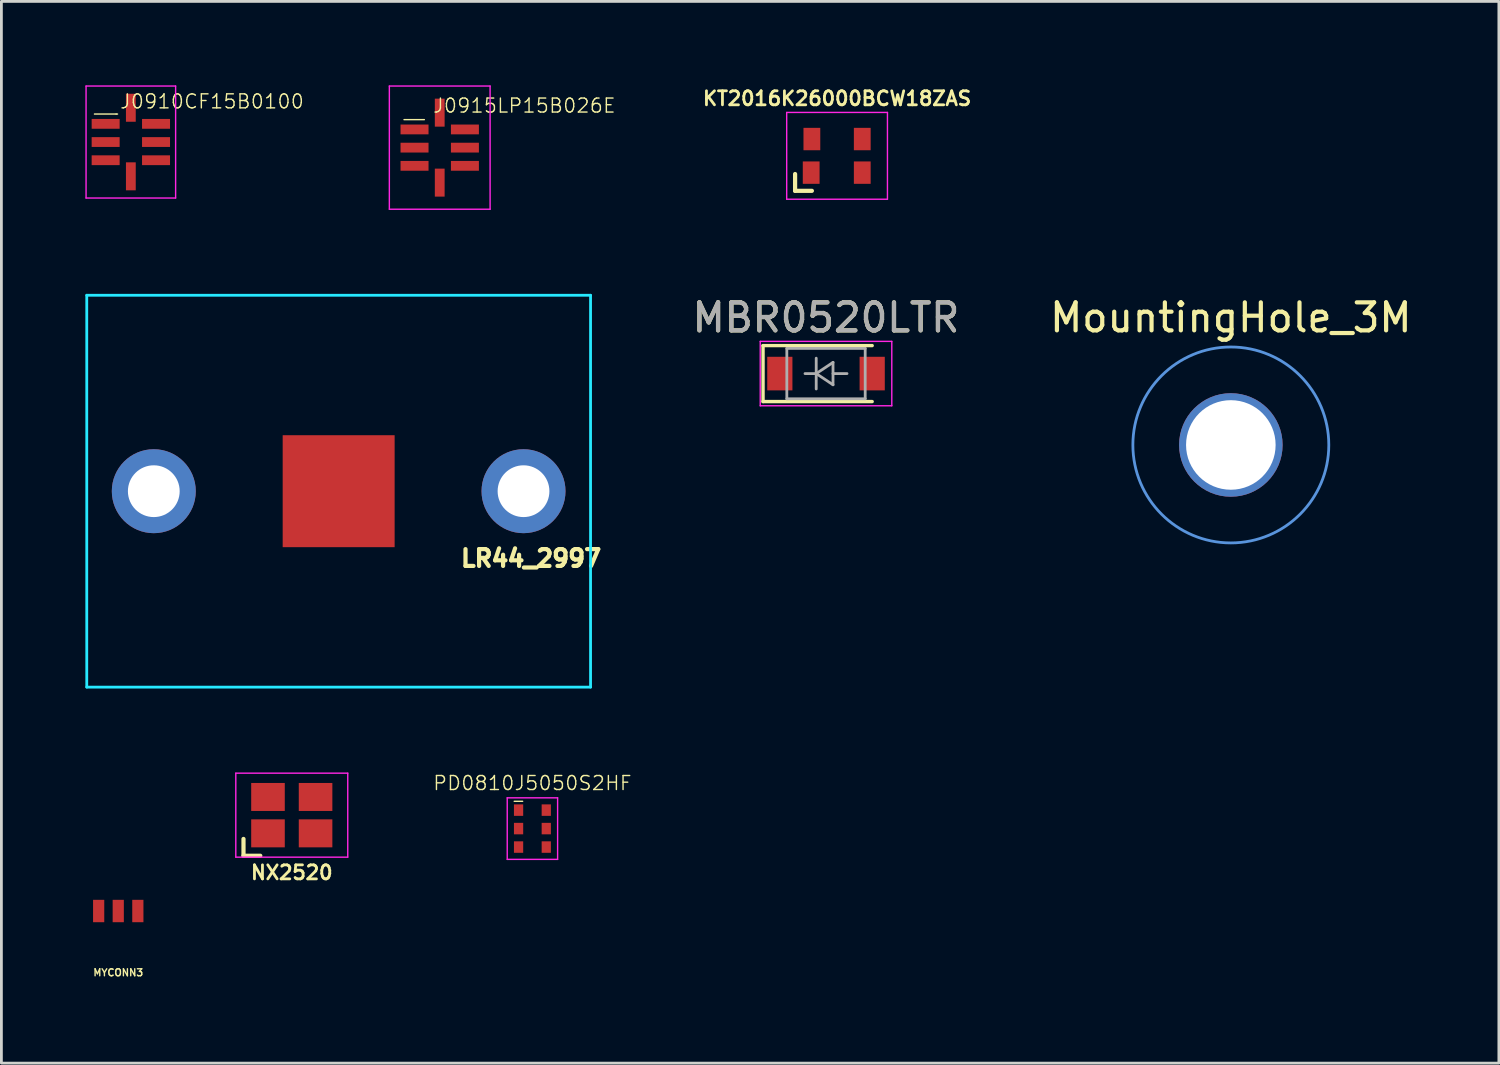
<source format=kicad_pcb>
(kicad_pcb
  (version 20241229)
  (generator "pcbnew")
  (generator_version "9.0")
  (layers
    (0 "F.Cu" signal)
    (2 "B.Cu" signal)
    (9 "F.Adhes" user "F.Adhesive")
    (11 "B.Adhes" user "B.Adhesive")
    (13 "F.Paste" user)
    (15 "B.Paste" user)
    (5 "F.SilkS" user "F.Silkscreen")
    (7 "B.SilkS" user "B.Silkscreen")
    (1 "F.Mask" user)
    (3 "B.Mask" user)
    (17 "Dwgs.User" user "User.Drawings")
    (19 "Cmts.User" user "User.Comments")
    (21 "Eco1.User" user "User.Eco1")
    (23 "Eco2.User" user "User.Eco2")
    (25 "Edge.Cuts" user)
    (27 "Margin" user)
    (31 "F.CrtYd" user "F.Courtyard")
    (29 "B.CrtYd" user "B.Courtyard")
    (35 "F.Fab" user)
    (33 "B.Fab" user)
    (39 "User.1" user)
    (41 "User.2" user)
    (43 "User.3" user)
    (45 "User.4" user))
  (footprint "LR44_2997"
    (layer "F.Cu")
    (at 9.05 14.5)
    (property "Reference" "LR44_2997" (at 6.875 2.4 0) (layer "F.SilkS") (effects (font (size 0.6 0.6) (thickness 0.15))))
    (attr through_hole)
    (fp_line (start -9 -7) (end -9 7) (stroke (width 0.1) (type solid)) (layer "B.CrtYd"))
    (fp_line (start -9 7) (end 9 7) (stroke (width 0.1) (type solid)) (layer "B.CrtYd"))
    (fp_line (start 9 -7) (end -9 -7) (stroke (width 0.1) (type solid)) (layer "B.CrtYd"))
    (fp_line (start 9 7) (end 9 -7) (stroke (width 0.1) (type solid)) (layer "B.CrtYd"))
    (pad "1" thru_hole circle (at -6.605 0) (size 3 3) (drill 1.85) (layers "*.Cu" "*.Mask"))
    (pad "2" smd rect (at 0 0) (size 4 4) (layers "F.Cu" "F.Mask" "F.Paste"))
    (pad "3" thru_hole circle (at 6.605 0) (size 3 3) (drill 1.85) (layers "*.Cu" "*.Mask")))
  (footprint "J0915LP15B026E"
    (layer "F.Cu")
    (at 12.661 2.225)
    (property "Reference" "J0915LP15B026E" (at 3.025 -1.5 0) (layer "F.SilkS") (effects (font (size 0.5 0.5) (thickness 0.05))))
    (attr through_hole)
    (fp_line (start -1.275 -1) (end -0.55 -1) (stroke (width 0.05) (type solid)) (layer "F.SilkS"))
    (fp_line (start -1.8 -2.2) (end -1.8 2.2) (stroke (width 0.05) (type solid)) (layer "F.CrtYd"))
    (fp_line (start -1.8 2.2) (end 1.8 2.2) (stroke (width 0.05) (type solid)) (layer "F.CrtYd"))
    (fp_line (start 1.8 -2.2) (end -1.8 -2.2) (stroke (width 0.05) (type solid)) (layer "F.CrtYd"))
    (fp_line (start 1.8 2.2) (end 1.8 -2.2) (stroke (width 0.05) (type solid)) (layer "F.CrtYd"))
    (pad "1" smd rect (at -0.9 -0.65 180) (size 1 0.35) (layers "F.Cu" "F.Mask" "F.Paste"))
    (pad "2" smd rect (at -0.9 0 180) (size 1 0.35) (layers "F.Cu" "F.Mask" "F.Paste"))
    (pad "3" smd rect (at -0.9 0.65 180) (size 1 0.35) (layers "F.Cu" "F.Mask" "F.Paste"))
    (pad "4" smd rect (at 0 1.25 180) (size 0.35 1) (layers "F.Cu" "F.Mask" "F.Paste"))
    (pad "5" smd rect (at 0.9 0.65 180) (size 1 0.35) (layers "F.Cu" "F.Mask" "F.Paste"))
    (pad "6" smd rect (at 0.9 0 180) (size 1 0.35) (layers "F.Cu" "F.Mask" "F.Paste"))
    (pad "7" smd rect (at 0.9 -0.65 180) (size 1 0.35) (layers "F.Cu" "F.Mask" "F.Paste"))
    (pad "8" smd rect (at 0 -1.25 180) (size 0.35 1) (layers "F.Cu" "F.Mask" "F.Paste")))
  (footprint "KT2016K26000BCW18ZAS"
    (layer "F.Cu")
    (at 26.858 2.518)
    (property "Reference" "KT2016K26000BCW18ZAS" (at 0 -2.05 0) (layer "F.SilkS") (effects (font (size 0.5 0.5) (thickness 0.1))))
    (attr through_hole)
    (fp_line (start -1.5 0.65) (end -1.5 1.25) (stroke (width 0.15) (type solid)) (layer "F.SilkS"))
    (fp_line (start -1.5 1.25) (end -0.9 1.25) (stroke (width 0.15) (type solid)) (layer "F.SilkS"))
    (fp_line (start -1.8 -1.55) (end -1.8 1.55) (stroke (width 0.05) (type solid)) (layer "F.CrtYd"))
    (fp_line (start -1.8 1.55) (end 1.8 1.55) (stroke (width 0.05) (type solid)) (layer "F.CrtYd"))
    (fp_line (start 1.8 -1.55) (end -1.8 -1.55) (stroke (width 0.05) (type solid)) (layer "F.CrtYd"))
    (fp_line (start 1.8 1.55) (end 1.8 -1.55) (stroke (width 0.05) (type solid)) (layer "F.CrtYd"))
    (pad "1" smd rect (at -0.925 0.6) (size 0.6 0.8) (layers "F.Cu" "F.Mask" "F.Paste"))
    (pad "2" smd rect (at 0.9 0.6) (size 0.6 0.8) (layers "F.Cu" "F.Mask" "F.Paste"))
    (pad "3" smd rect (at 0.9 -0.6) (size 0.6 0.8) (layers "F.Cu" "F.Mask" "F.Paste"))
    (pad "4" smd rect (at -0.9 -0.6) (size 0.6 0.8) (layers "F.Cu" "F.Mask" "F.Paste")))
  (footprint "MBR0520LTR"
    (layer "F.Cu")
    (at 26.463 10.298)
    (property "Reference" "MBR0520LTR" (at 0 -2 0) (layer "F.SilkS") (effects (font (size 1 1) (thickness 0.15))))
    (attr smd)
    (fp_line (start -2.25 -1) (end -2.25 1) (stroke (width 0.12) (type solid)) (layer "F.SilkS"))
    (fp_line (start -2.25 -1) (end 1.65 -1) (stroke (width 0.12) (type solid)) (layer "F.SilkS"))
    (fp_line (start -2.25 1) (end 1.65 1) (stroke (width 0.12) (type solid)) (layer "F.SilkS"))
    (fp_line (start -2.35 -1.15) (end -2.35 1.15) (stroke (width 0.05) (type solid)) (layer "F.CrtYd"))
    (fp_line (start -2.35 -1.15) (end 2.35 -1.15) (stroke (width 0.05) (type solid)) (layer "F.CrtYd"))
    (fp_line (start 2.35 -1.15) (end 2.35 1.15) (stroke (width 0.05) (type solid)) (layer "F.CrtYd"))
    (fp_line (start 2.35 1.15) (end -2.35 1.15) (stroke (width 0.05) (type solid)) (layer "F.CrtYd"))
    (fp_line (start -1.4 -0.9) (end 1.4 -0.9) (stroke (width 0.1) (type solid)) (layer "F.Fab"))
    (fp_line (start -1.4 0.9) (end -1.4 -0.9) (stroke (width 0.1) (type solid)) (layer "F.Fab"))
    (fp_line (start -0.75 0) (end -0.35 0) (stroke (width 0.1) (type solid)) (layer "F.Fab"))
    (fp_line (start -0.35 0) (end -0.35 -0.55) (stroke (width 0.1) (type solid)) (layer "F.Fab"))
    (fp_line (start -0.35 0) (end -0.35 0.55) (stroke (width 0.1) (type solid)) (layer "F.Fab"))
    (fp_line (start -0.35 0) (end 0.25 -0.4) (stroke (width 0.1) (type solid)) (layer "F.Fab"))
    (fp_line (start 0.25 -0.4) (end 0.25 0.4) (stroke (width 0.1) (type solid)) (layer "F.Fab"))
    (fp_line (start 0.25 0) (end 0.75 0) (stroke (width 0.1) (type solid)) (layer "F.Fab"))
    (fp_line (start 0.25 0.4) (end -0.35 0) (stroke (width 0.1) (type solid)) (layer "F.Fab"))
    (fp_line (start 1.4 -0.9) (end 1.4 0.9) (stroke (width 0.1) (type solid)) (layer "F.Fab"))
    (fp_line (start 1.4 0.9) (end -1.4 0.9) (stroke (width 0.1) (type solid)) (layer "F.Fab"))
    (fp_text user "${REFERENCE}" (at 0 -2 0) (layer "F.Fab") (effects (font (size 1 1) (thickness 0.15))))
    (pad "1" smd rect (at -1.65 0) (size 0.9 1.2) (layers "F.Cu" "F.Mask" "F.Paste"))
    (pad "2" smd rect (at 1.65 0) (size 0.9 1.2) (layers "F.Cu" "F.Mask" "F.Paste")))
  (footprint "MountingHole_3M"
    (layer "F.Cu")
    (at 40.927 12.848)
    (property "Reference" "MountingHole_3M" (at 0 -4.55 0) (layer "F.SilkS") (effects (font (size 1 1) (thickness 0.15))))
    (attr through_hole)
    (fp_circle (center 0 0) (end 3.5 0) (stroke (width 0.1) (type solid)) (fill no) (layer "Cmts.User"))
    (pad "1" thru_hole circle (at 0 0) (size 3.7 3.7) (drill 3.2) (layers "*.Cu")))
  (footprint "NX2520"
    (layer "F.Cu")
    (at 7.375 26.075)
    (property "Reference" "NX2520" (at 0 2.05 0) (layer "F.SilkS") (effects (font (size 0.5 0.5) (thickness 0.1))))
    (attr through_hole)
    (fp_line (start -1.725 0.85) (end -1.725 1.45) (stroke (width 0.15) (type solid)) (layer "F.SilkS"))
    (fp_line (start -1.725 1.45) (end -1.125 1.45) (stroke (width 0.15) (type solid)) (layer "F.SilkS"))
    (fp_line (start -2 -1.5) (end -2 1.5) (stroke (width 0.05) (type solid)) (layer "F.CrtYd"))
    (fp_line (start -2 1.5) (end 2 1.5) (stroke (width 0.05) (type solid)) (layer "F.CrtYd"))
    (fp_line (start 2 -1.5) (end -2 -1.5) (stroke (width 0.05) (type solid)) (layer "F.CrtYd"))
    (fp_line (start 2 1.5) (end 2 -1.5) (stroke (width 0.05) (type solid)) (layer "F.CrtYd"))
    (pad "1" smd rect (at -0.85 0.65) (size 1.2 1) (layers "F.Cu" "F.Mask" "F.Paste"))
    (pad "2" smd rect (at 0.85 0.65) (size 1.2 1) (layers "F.Cu" "F.Mask" "F.Paste"))
    (pad "3" smd rect (at 0.85 -0.65) (size 1.2 1) (layers "F.Cu" "F.Mask" "F.Paste"))
    (pad "4" smd rect (at -0.85 -0.65) (size 1.2 1) (layers "F.Cu" "F.Mask" "F.Paste")))
  (footprint "MYCONN3"
    (layer "F.Cu")
    (at 1.175 24.8)
    (property "Reference" "MYCONN3" (at 0 6.9 0) (layer "F.SilkS") (effects (font (size 0.25 0.25) (thickness 0.05))))
    (attr through_hole)
    (fp_line (start -1.1 4.1) (end -1.1 6.6) (stroke (width 0.15) (type solid)) (layer "B.Paste"))
    (fp_line (start -1.1 6.6) (end 1.1 6.6) (stroke (width 0.15) (type solid)) (layer "B.Paste"))
    (fp_line (start 1.1 4.1) (end -1.1 4.1) (stroke (width 0.15) (type solid)) (layer "B.Paste"))
    (fp_line (start 1.1 6.6) (end 1.1 4.1) (stroke (width 0.15) (type solid)) (layer "B.Paste"))
    (pad "1" smd rect (at -0.7 4.7) (size 0.4 0.8) (layers "F.Cu" "F.Mask" "F.Paste"))
    (pad "2" smd rect (at 0 4.7) (size 0.4 0.8) (layers "F.Cu" "F.Mask" "F.Paste"))
    (pad "3" smd rect (at 0.7 4.7) (size 0.4 0.8) (layers "F.Cu" "F.Mask" "F.Paste")))
  (footprint "J0910CF15B0100"
    (layer "F.Cu")
    (at 1.625 2.025)
    (property "Reference" "J0910CF15B0100" (at 2.9 -1.45 0) (layer "F.SilkS") (effects (font (size 0.5 0.5) (thickness 0.05))))
    (attr through_hole)
    (fp_line (start -1.3 -1) (end -0.525 -1) (stroke (width 0.05) (type solid)) (layer "F.SilkS"))
    (fp_line (start -0.475 -1) (end -0.525 -1) (stroke (width 0.05) (type solid)) (layer "F.SilkS"))
    (fp_line (start -1.6 -2) (end -1.6 2) (stroke (width 0.05) (type solid)) (layer "F.CrtYd"))
    (fp_line (start -1.6 2) (end 1.6 2) (stroke (width 0.05) (type solid)) (layer "F.CrtYd"))
    (fp_line (start 1.6 -2) (end -1.6 -2) (stroke (width 0.05) (type solid)) (layer "F.CrtYd"))
    (fp_line (start 1.6 2) (end 1.6 -2) (stroke (width 0.05) (type solid)) (layer "F.CrtYd"))
    (pad "1" smd rect (at -0.9 -0.65 180) (size 1 0.35) (layers "F.Cu" "F.Mask" "F.Paste"))
    (pad "2" smd rect (at -0.9 0 180) (size 1 0.35) (layers "F.Cu" "F.Mask" "F.Paste"))
    (pad "3" smd rect (at -0.9 0.65 180) (size 1 0.35) (layers "F.Cu" "F.Mask" "F.Paste"))
    (pad "4" smd rect (at 0 1.225 180) (size 0.35 1) (layers "F.Cu" "F.Mask" "F.Paste"))
    (pad "5" smd rect (at 0.9 0.65 180) (size 1 0.35) (layers "F.Cu" "F.Mask" "F.Paste"))
    (pad "6" smd rect (at 0.9 0 180) (size 1 0.35) (layers "F.Cu" "F.Mask" "F.Paste"))
    (pad "7" smd rect (at 0.9 -0.65 180) (size 1 0.35) (layers "F.Cu" "F.Mask" "F.Paste"))
    (pad "8" smd rect (at 0 -1.225 180) (size 0.35 1) (layers "F.Cu" "F.Mask" "F.Paste")))
  (footprint "PD0810J5050S2HF"
    (layer "F.Cu")
    (at 15.973 26.555)
    (property "Reference" "PD0810J5050S2HF" (at 0 -1.625 0) (layer "F.SilkS") (effects (font (size 0.5 0.5) (thickness 0.05))))
    (attr through_hole)
    (fp_line (start -0.65 -0.975) (end -0.35 -0.975) (stroke (width 0.05) (type solid)) (layer "F.SilkS"))
    (fp_line (start -0.9 -1.1) (end -0.9 1.1) (stroke (width 0.05) (type solid)) (layer "F.CrtYd"))
    (fp_line (start -0.9 1.1) (end 0.9 1.1) (stroke (width 0.05) (type solid)) (layer "F.CrtYd"))
    (fp_line (start 0.9 -1.1) (end -0.9 -1.1) (stroke (width 0.05) (type solid)) (layer "F.CrtYd"))
    (fp_line (start 0.9 1.1) (end 0.9 -1.1) (stroke (width 0.05) (type solid)) (layer "F.CrtYd"))
    (pad "1" smd rect (at -0.495 -0.66 180) (size 0.33 0.41) (layers "F.Cu" "F.Mask" "F.Paste"))
    (pad "2" smd rect (at -0.495 0 180) (size 0.33 0.41) (layers "F.Cu" "F.Mask" "F.Paste"))
    (pad "3" smd rect (at -0.495 0.66 180) (size 0.33 0.41) (layers "F.Cu" "F.Mask" "F.Paste"))
    (pad "4" smd rect (at 0.495 0.66 180) (size 0.33 0.41) (layers "F.Cu" "F.Mask" "F.Paste"))
    (pad "5" smd rect (at 0.495 0 180) (size 0.33 0.41) (layers "F.Cu" "F.Mask" "F.Paste"))
    (pad "6" smd rect (at 0.495 -0.66 180) (size 0.33 0.41) (layers "F.Cu" "F.Mask" "F.Paste")))
  (gr_rect
    (start -3 -3)
    (end 50.504 34.934)
    (stroke (width 0.1) (type default))
    (fill no)
    (layer "Edge.Cuts")))
</source>
